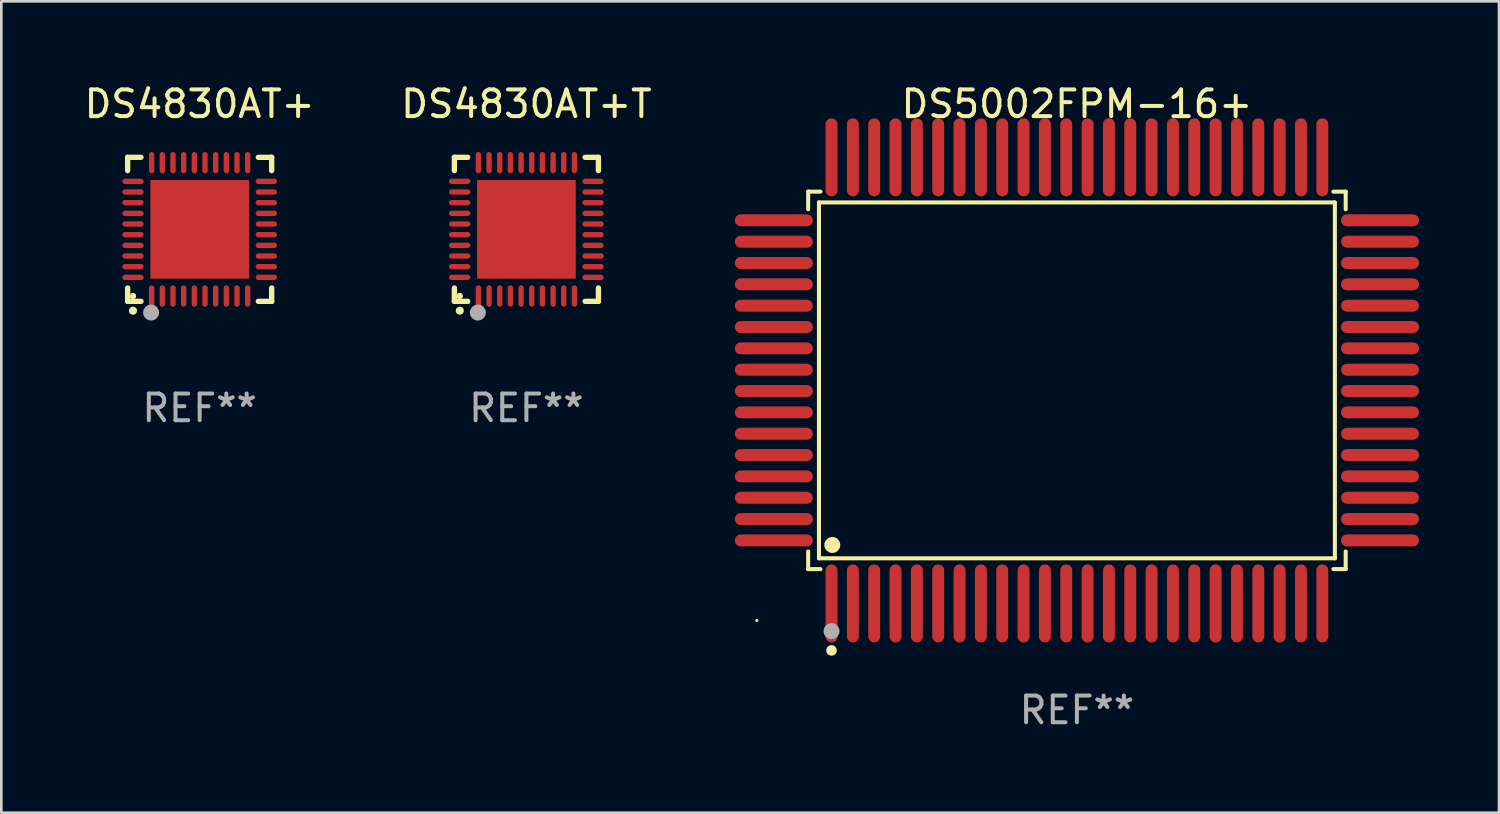
<source format=kicad_pcb>
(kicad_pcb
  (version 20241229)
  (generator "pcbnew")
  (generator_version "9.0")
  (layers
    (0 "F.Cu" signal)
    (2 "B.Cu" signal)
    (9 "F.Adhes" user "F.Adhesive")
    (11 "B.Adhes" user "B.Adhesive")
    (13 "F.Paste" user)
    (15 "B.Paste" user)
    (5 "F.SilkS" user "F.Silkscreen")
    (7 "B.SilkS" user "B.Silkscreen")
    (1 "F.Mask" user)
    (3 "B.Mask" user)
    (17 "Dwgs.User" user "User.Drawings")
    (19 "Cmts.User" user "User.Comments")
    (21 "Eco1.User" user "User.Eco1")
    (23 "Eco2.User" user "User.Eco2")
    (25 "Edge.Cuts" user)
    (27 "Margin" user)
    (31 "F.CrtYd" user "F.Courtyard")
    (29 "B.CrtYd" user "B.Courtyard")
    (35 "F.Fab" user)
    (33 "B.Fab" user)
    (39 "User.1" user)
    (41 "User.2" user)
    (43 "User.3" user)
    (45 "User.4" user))
  (footprint "DS4830AT+"
    (layer "F.Cu")
    (at 4.435 5.548)
    (property "Reference" "DS4830AT+" (at 0 -4.7 0) (layer "F.SilkS") (effects (font (size 1 1) (thickness 0.15))))
    (attr through_hole)
    (fp_line (start -2.7 -2.7) (end -2.7 -2.2) (stroke (width 0.2) (type solid)) (layer "F.SilkS"))
    (fp_line (start -2.7 2.7) (end -2.7 2.2) (stroke (width 0.2) (type solid)) (layer "F.SilkS"))
    (fp_line (start -2.2 -2.7) (end -2.7 -2.7) (stroke (width 0.2) (type solid)) (layer "F.SilkS"))
    (fp_line (start -2.2 2.7) (end -2.7 2.7) (stroke (width 0.2) (type solid)) (layer "F.SilkS"))
    (fp_line (start 2.7 -2.7) (end 2.2 -2.7) (stroke (width 0.2) (type solid)) (layer "F.SilkS"))
    (fp_line (start 2.7 -2.2) (end 2.7 -2.7) (stroke (width 0.2) (type solid)) (layer "F.SilkS"))
    (fp_line (start 2.7 2.2) (end 2.7 2.7) (stroke (width 0.2) (type solid)) (layer "F.SilkS"))
    (fp_line (start 2.7 2.7) (end 2.2 2.7) (stroke (width 0.2) (type solid)) (layer "F.SilkS"))
    (fp_arc (start -2.499365 3.050546) (mid -2.498095 3.050541) (end -2.496825 3.050546) (stroke (width 0.3) (type solid)) (layer "F.SilkS"))
    (fp_circle (center -2.5 2.5) (end -2.44 2.5) (stroke (width 0.12) (type solid)) (fill no) (layer "F.SilkS"))
    (fp_circle (center -1.82 3.12) (end -1.67 3.12) (stroke (width 0.3) (type solid)) (fill no) (layer "F.Fab"))
    (fp_text user "REF**" (at 0 6.7 0) (layer "F.Fab") (effects (font (size 1 1) (thickness 0.15))))
    (pad "1" smd oval (at -1.8 2.499) (size 0.2 0.8) (layers "F.Cu" "F.Mask" "F.Paste"))
    (pad "2" smd oval (at -1.4 2.499) (size 0.2 0.8) (layers "F.Cu" "F.Mask" "F.Paste"))
    (pad "3" smd oval (at -1 2.499) (size 0.2 0.8) (layers "F.Cu" "F.Mask" "F.Paste"))
    (pad "4" smd oval (at -0.6 2.499) (size 0.2 0.8) (layers "F.Cu" "F.Mask" "F.Paste"))
    (pad "5" smd oval (at -0.2 2.499) (size 0.2 0.8) (layers "F.Cu" "F.Mask" "F.Paste"))
    (pad "6" smd oval (at 0.2 2.499) (size 0.2 0.8) (layers "F.Cu" "F.Mask" "F.Paste"))
    (pad "7" smd oval (at 0.6 2.499) (size 0.2 0.8) (layers "F.Cu" "F.Mask" "F.Paste"))
    (pad "8" smd oval (at 1 2.499) (size 0.2 0.8) (layers "F.Cu" "F.Mask" "F.Paste"))
    (pad "9" smd oval (at 1.4 2.499) (size 0.2 0.8) (layers "F.Cu" "F.Mask" "F.Paste"))
    (pad "10" smd oval (at 1.8 2.499) (size 0.2 0.8) (layers "F.Cu" "F.Mask" "F.Paste"))
    (pad "11" smd oval (at 2.499 1.8) (size 0.8 0.2) (layers "F.Cu" "F.Mask" "F.Paste"))
    (pad "12" smd oval (at 2.499 1.4) (size 0.8 0.2) (layers "F.Cu" "F.Mask" "F.Paste"))
    (pad "13" smd oval (at 2.499 1) (size 0.8 0.2) (layers "F.Cu" "F.Mask" "F.Paste"))
    (pad "14" smd oval (at 2.499 0.6) (size 0.8 0.2) (layers "F.Cu" "F.Mask" "F.Paste"))
    (pad "15" smd oval (at 2.499 0.2) (size 0.8 0.2) (layers "F.Cu" "F.Mask" "F.Paste"))
    (pad "16" smd oval (at 2.499 -0.2) (size 0.8 0.2) (layers "F.Cu" "F.Mask" "F.Paste"))
    (pad "17" smd oval (at 2.499 -0.6) (size 0.8 0.2) (layers "F.Cu" "F.Mask" "F.Paste"))
    (pad "18" smd oval (at 2.499 -1) (size 0.8 0.2) (layers "F.Cu" "F.Mask" "F.Paste"))
    (pad "19" smd oval (at 2.499 -1.4) (size 0.8 0.2) (layers "F.Cu" "F.Mask" "F.Paste"))
    (pad "20" smd oval (at 2.499 -1.8) (size 0.8 0.2) (layers "F.Cu" "F.Mask" "F.Paste"))
    (pad "21" smd oval (at 1.8 -2.499) (size 0.2 0.8) (layers "F.Cu" "F.Mask" "F.Paste"))
    (pad "22" smd oval (at 1.4 -2.499) (size 0.2 0.8) (layers "F.Cu" "F.Mask" "F.Paste"))
    (pad "23" smd oval (at 1 -2.499) (size 0.2 0.8) (layers "F.Cu" "F.Mask" "F.Paste"))
    (pad "24" smd oval (at 0.6 -2.499) (size 0.2 0.8) (layers "F.Cu" "F.Mask" "F.Paste"))
    (pad "25" smd oval (at 0.2 -2.499) (size 0.2 0.8) (layers "F.Cu" "F.Mask" "F.Paste"))
    (pad "26" smd oval (at -0.2 -2.499) (size 0.2 0.8) (layers "F.Cu" "F.Mask" "F.Paste"))
    (pad "27" smd oval (at -0.6 -2.499) (size 0.2 0.8) (layers "F.Cu" "F.Mask" "F.Paste"))
    (pad "28" smd oval (at -1 -2.499) (size 0.2 0.8) (layers "F.Cu" "F.Mask" "F.Paste"))
    (pad "29" smd oval (at -1.4 -2.499) (size 0.2 0.8) (layers "F.Cu" "F.Mask" "F.Paste"))
    (pad "30" smd oval (at -1.8 -2.499) (size 0.2 0.8) (layers "F.Cu" "F.Mask" "F.Paste"))
    (pad "31" smd oval (at -2.499 -1.8) (size 0.8 0.2) (layers "F.Cu" "F.Mask" "F.Paste"))
    (pad "32" smd oval (at -2.499 -1.4) (size 0.8 0.2) (layers "F.Cu" "F.Mask" "F.Paste"))
    (pad "33" smd oval (at -2.499 -1) (size 0.8 0.2) (layers "F.Cu" "F.Mask" "F.Paste"))
    (pad "34" smd oval (at -2.499 -0.6) (size 0.8 0.2) (layers "F.Cu" "F.Mask" "F.Paste"))
    (pad "35" smd oval (at -2.499 -0.2) (size 0.8 0.2) (layers "F.Cu" "F.Mask" "F.Paste"))
    (pad "36" smd oval (at -2.499 0.2) (size 0.8 0.2) (layers "F.Cu" "F.Mask" "F.Paste"))
    (pad "37" smd oval (at -2.499 0.6) (size 0.8 0.2) (layers "F.Cu" "F.Mask" "F.Paste"))
    (pad "38" smd oval (at -2.499 1) (size 0.8 0.2) (layers "F.Cu" "F.Mask" "F.Paste"))
    (pad "39" smd oval (at -2.499 1.4) (size 0.8 0.2) (layers "F.Cu" "F.Mask" "F.Paste"))
    (pad "40" smd oval (at -2.499 1.8) (size 0.8 0.2) (layers "F.Cu" "F.Mask" "F.Paste"))
    (pad "41" smd rect (at 0 0) (size 3.7 3.7) (layers "F.Cu" "F.Mask" "F.Paste")))
  (footprint "DS4830AT+T"
    (layer "F.Cu")
    (at 16.685 5.548)
    (property "Reference" "DS4830AT+T" (at 0 -4.7 0) (layer "F.SilkS") (effects (font (size 1 1) (thickness 0.15))))
    (attr through_hole)
    (fp_line (start -2.7 -2.7) (end -2.7 -2.2) (stroke (width 0.2) (type solid)) (layer "F.SilkS"))
    (fp_line (start -2.7 2.7) (end -2.7 2.2) (stroke (width 0.2) (type solid)) (layer "F.SilkS"))
    (fp_line (start -2.2 -2.7) (end -2.7 -2.7) (stroke (width 0.2) (type solid)) (layer "F.SilkS"))
    (fp_line (start -2.2 2.7) (end -2.7 2.7) (stroke (width 0.2) (type solid)) (layer "F.SilkS"))
    (fp_line (start 2.7 -2.7) (end 2.2 -2.7) (stroke (width 0.2) (type solid)) (layer "F.SilkS"))
    (fp_line (start 2.7 -2.2) (end 2.7 -2.7) (stroke (width 0.2) (type solid)) (layer "F.SilkS"))
    (fp_line (start 2.7 2.2) (end 2.7 2.7) (stroke (width 0.2) (type solid)) (layer "F.SilkS"))
    (fp_line (start 2.7 2.7) (end 2.2 2.7) (stroke (width 0.2) (type solid)) (layer "F.SilkS"))
    (fp_arc (start -2.499365 3.050546) (mid -2.498095 3.050541) (end -2.496825 3.050546) (stroke (width 0.3) (type solid)) (layer "F.SilkS"))
    (fp_circle (center -2.5 2.5) (end -2.44 2.5) (stroke (width 0.12) (type solid)) (fill no) (layer "F.SilkS"))
    (fp_circle (center -1.82 3.12) (end -1.67 3.12) (stroke (width 0.3) (type solid)) (fill no) (layer "F.Fab"))
    (fp_text user "REF**" (at 0 6.7 0) (layer "F.Fab") (effects (font (size 1 1) (thickness 0.15))))
    (pad "1" smd oval (at -1.8 2.499) (size 0.2 0.8) (layers "F.Cu" "F.Mask" "F.Paste"))
    (pad "2" smd oval (at -1.4 2.499) (size 0.2 0.8) (layers "F.Cu" "F.Mask" "F.Paste"))
    (pad "3" smd oval (at -1 2.499) (size 0.2 0.8) (layers "F.Cu" "F.Mask" "F.Paste"))
    (pad "4" smd oval (at -0.6 2.499) (size 0.2 0.8) (layers "F.Cu" "F.Mask" "F.Paste"))
    (pad "5" smd oval (at -0.2 2.499) (size 0.2 0.8) (layers "F.Cu" "F.Mask" "F.Paste"))
    (pad "6" smd oval (at 0.2 2.499) (size 0.2 0.8) (layers "F.Cu" "F.Mask" "F.Paste"))
    (pad "7" smd oval (at 0.6 2.499) (size 0.2 0.8) (layers "F.Cu" "F.Mask" "F.Paste"))
    (pad "8" smd oval (at 1 2.499) (size 0.2 0.8) (layers "F.Cu" "F.Mask" "F.Paste"))
    (pad "9" smd oval (at 1.4 2.499) (size 0.2 0.8) (layers "F.Cu" "F.Mask" "F.Paste"))
    (pad "10" smd oval (at 1.8 2.499) (size 0.2 0.8) (layers "F.Cu" "F.Mask" "F.Paste"))
    (pad "11" smd oval (at 2.499 1.8) (size 0.8 0.2) (layers "F.Cu" "F.Mask" "F.Paste"))
    (pad "12" smd oval (at 2.499 1.4) (size 0.8 0.2) (layers "F.Cu" "F.Mask" "F.Paste"))
    (pad "13" smd oval (at 2.499 1) (size 0.8 0.2) (layers "F.Cu" "F.Mask" "F.Paste"))
    (pad "14" smd oval (at 2.499 0.6) (size 0.8 0.2) (layers "F.Cu" "F.Mask" "F.Paste"))
    (pad "15" smd oval (at 2.499 0.2) (size 0.8 0.2) (layers "F.Cu" "F.Mask" "F.Paste"))
    (pad "16" smd oval (at 2.499 -0.2) (size 0.8 0.2) (layers "F.Cu" "F.Mask" "F.Paste"))
    (pad "17" smd oval (at 2.499 -0.6) (size 0.8 0.2) (layers "F.Cu" "F.Mask" "F.Paste"))
    (pad "18" smd oval (at 2.499 -1) (size 0.8 0.2) (layers "F.Cu" "F.Mask" "F.Paste"))
    (pad "19" smd oval (at 2.499 -1.4) (size 0.8 0.2) (layers "F.Cu" "F.Mask" "F.Paste"))
    (pad "20" smd oval (at 2.499 -1.8) (size 0.8 0.2) (layers "F.Cu" "F.Mask" "F.Paste"))
    (pad "21" smd oval (at 1.8 -2.499) (size 0.2 0.8) (layers "F.Cu" "F.Mask" "F.Paste"))
    (pad "22" smd oval (at 1.4 -2.499) (size 0.2 0.8) (layers "F.Cu" "F.Mask" "F.Paste"))
    (pad "23" smd oval (at 1 -2.499) (size 0.2 0.8) (layers "F.Cu" "F.Mask" "F.Paste"))
    (pad "24" smd oval (at 0.6 -2.499) (size 0.2 0.8) (layers "F.Cu" "F.Mask" "F.Paste"))
    (pad "25" smd oval (at 0.2 -2.499) (size 0.2 0.8) (layers "F.Cu" "F.Mask" "F.Paste"))
    (pad "26" smd oval (at -0.2 -2.499) (size 0.2 0.8) (layers "F.Cu" "F.Mask" "F.Paste"))
    (pad "27" smd oval (at -0.6 -2.499) (size 0.2 0.8) (layers "F.Cu" "F.Mask" "F.Paste"))
    (pad "28" smd oval (at -1 -2.499) (size 0.2 0.8) (layers "F.Cu" "F.Mask" "F.Paste"))
    (pad "29" smd oval (at -1.4 -2.499) (size 0.2 0.8) (layers "F.Cu" "F.Mask" "F.Paste"))
    (pad "30" smd oval (at -1.8 -2.499) (size 0.2 0.8) (layers "F.Cu" "F.Mask" "F.Paste"))
    (pad "31" smd oval (at -2.499 -1.8) (size 0.8 0.2) (layers "F.Cu" "F.Mask" "F.Paste"))
    (pad "32" smd oval (at -2.499 -1.4) (size 0.8 0.2) (layers "F.Cu" "F.Mask" "F.Paste"))
    (pad "33" smd oval (at -2.499 -1) (size 0.8 0.2) (layers "F.Cu" "F.Mask" "F.Paste"))
    (pad "34" smd oval (at -2.499 -0.6) (size 0.8 0.2) (layers "F.Cu" "F.Mask" "F.Paste"))
    (pad "35" smd oval (at -2.499 -0.2) (size 0.8 0.2) (layers "F.Cu" "F.Mask" "F.Paste"))
    (pad "36" smd oval (at -2.499 0.2) (size 0.8 0.2) (layers "F.Cu" "F.Mask" "F.Paste"))
    (pad "37" smd oval (at -2.499 0.6) (size 0.8 0.2) (layers "F.Cu" "F.Mask" "F.Paste"))
    (pad "38" smd oval (at -2.499 1) (size 0.8 0.2) (layers "F.Cu" "F.Mask" "F.Paste"))
    (pad "39" smd oval (at -2.499 1.4) (size 0.8 0.2) (layers "F.Cu" "F.Mask" "F.Paste"))
    (pad "40" smd oval (at -2.499 1.8) (size 0.8 0.2) (layers "F.Cu" "F.Mask" "F.Paste"))
    (pad "41" smd rect (at 0 0) (size 3.7 3.7) (layers "F.Cu" "F.Mask" "F.Paste")))
  (footprint "DS5002FPM-16+"
    (layer "F.Cu")
    (at 37.324 11.21)
    (property "Reference" "DS5002FPM-16+" (at 0 -10.362 0) (layer "F.SilkS") (effects (font (size 1 1) (thickness 0.15))))
    (attr through_hole)
    (fp_line (start -10.076 -7.076) (end -9.615 -7.076) (stroke (width 0.152) (type solid)) (layer "F.SilkS"))
    (fp_line (start -10.076 -6.415) (end -10.076 -7.076) (stroke (width 0.152) (type solid)) (layer "F.SilkS"))
    (fp_line (start -10.076 6.415) (end -10.076 7.076) (stroke (width 0.152) (type solid)) (layer "F.SilkS"))
    (fp_line (start -10.076 7.076) (end -9.615 7.076) (stroke (width 0.152) (type solid)) (layer "F.SilkS"))
    (fp_line (start -9.671 -6.671) (end 9.671 -6.671) (stroke (width 0.152) (type solid)) (layer "F.SilkS"))
    (fp_line (start -9.671 6.671) (end -9.671 -6.671) (stroke (width 0.152) (type solid)) (layer "F.SilkS"))
    (fp_line (start 9.671 -6.671) (end 9.671 6.671) (stroke (width 0.152) (type solid)) (layer "F.SilkS"))
    (fp_line (start 9.671 6.671) (end -9.671 6.671) (stroke (width 0.152) (type solid)) (layer "F.SilkS"))
    (fp_line (start 10.076 -7.076) (end 9.615 -7.076) (stroke (width 0.152) (type solid)) (layer "F.SilkS"))
    (fp_line (start 10.076 -6.415) (end 10.076 -7.076) (stroke (width 0.152) (type solid)) (layer "F.SilkS"))
    (fp_line (start 10.076 6.415) (end 10.076 7.076) (stroke (width 0.152) (type solid)) (layer "F.SilkS"))
    (fp_line (start 10.076 7.076) (end 9.615 7.076) (stroke (width 0.152) (type solid)) (layer "F.SilkS"))
    (fp_circle (center -12 9) (end -11.97 9) (stroke (width 0.06) (type solid)) (fill no) (layer "F.SilkS"))
    (fp_circle (center -9.2 10.124) (end -9.1 10.124) (stroke (width 0.2) (type solid)) (fill no) (layer "F.SilkS"))
    (fp_circle (center -9.171 6.171) (end -9.021 6.171) (stroke (width 0.3) (type solid)) (fill no) (layer "F.SilkS"))
    (fp_circle (center -9.2 9.4) (end -9.05 9.4) (stroke (width 0.3) (type solid)) (fill no) (layer "F.Fab"))
    (fp_text user "REF**" (at 0 12.362 0) (layer "F.Fab") (effects (font (size 1 1) (thickness 0.15))))
    (pad "1" smd oval (at -9.2 8.362) (size 0.448 2.924) (layers "F.Cu" "F.Mask" "F.Paste"))
    (pad "2" smd oval (at -8.4 8.362) (size 0.448 2.924) (layers "F.Cu" "F.Mask" "F.Paste"))
    (pad "3" smd oval (at -7.6 8.362) (size 0.448 2.924) (layers "F.Cu" "F.Mask" "F.Paste"))
    (pad "4" smd oval (at -6.8 8.362) (size 0.448 2.924) (layers "F.Cu" "F.Mask" "F.Paste"))
    (pad "5" smd oval (at -6 8.362) (size 0.448 2.924) (layers "F.Cu" "F.Mask" "F.Paste"))
    (pad "6" smd oval (at -5.2 8.362) (size 0.448 2.924) (layers "F.Cu" "F.Mask" "F.Paste"))
    (pad "7" smd oval (at -4.4 8.362) (size 0.448 2.924) (layers "F.Cu" "F.Mask" "F.Paste"))
    (pad "8" smd oval (at -3.6 8.362) (size 0.448 2.924) (layers "F.Cu" "F.Mask" "F.Paste"))
    (pad "9" smd oval (at -2.8 8.362) (size 0.448 2.924) (layers "F.Cu" "F.Mask" "F.Paste"))
    (pad "10" smd oval (at -2 8.362) (size 0.448 2.924) (layers "F.Cu" "F.Mask" "F.Paste"))
    (pad "11" smd oval (at -1.2 8.362) (size 0.448 2.924) (layers "F.Cu" "F.Mask" "F.Paste"))
    (pad "12" smd oval (at -0.4 8.362) (size 0.448 2.924) (layers "F.Cu" "F.Mask" "F.Paste"))
    (pad "13" smd oval (at 0.4 8.362) (size 0.448 2.924) (layers "F.Cu" "F.Mask" "F.Paste"))
    (pad "14" smd oval (at 1.2 8.362) (size 0.448 2.924) (layers "F.Cu" "F.Mask" "F.Paste"))
    (pad "15" smd oval (at 2 8.362) (size 0.448 2.924) (layers "F.Cu" "F.Mask" "F.Paste"))
    (pad "16" smd oval (at 2.8 8.362) (size 0.448 2.924) (layers "F.Cu" "F.Mask" "F.Paste"))
    (pad "17" smd oval (at 3.6 8.362) (size 0.448 2.924) (layers "F.Cu" "F.Mask" "F.Paste"))
    (pad "18" smd oval (at 4.4 8.362) (size 0.448 2.924) (layers "F.Cu" "F.Mask" "F.Paste"))
    (pad "19" smd oval (at 5.2 8.362) (size 0.448 2.924) (layers "F.Cu" "F.Mask" "F.Paste"))
    (pad "20" smd oval (at 6 8.362) (size 0.448 2.924) (layers "F.Cu" "F.Mask" "F.Paste"))
    (pad "21" smd oval (at 6.8 8.362) (size 0.448 2.924) (layers "F.Cu" "F.Mask" "F.Paste"))
    (pad "22" smd oval (at 7.6 8.362) (size 0.448 2.924) (layers "F.Cu" "F.Mask" "F.Paste"))
    (pad "23" smd oval (at 8.4 8.362) (size 0.448 2.924) (layers "F.Cu" "F.Mask" "F.Paste"))
    (pad "24" smd oval (at 9.2 8.362) (size 0.448 2.924) (layers "F.Cu" "F.Mask" "F.Paste"))
    (pad "25" smd oval (at 11.362 6) (size 2.924 0.448) (layers "F.Cu" "F.Mask" "F.Paste"))
    (pad "26" smd oval (at 11.362 5.2) (size 2.924 0.448) (layers "F.Cu" "F.Mask" "F.Paste"))
    (pad "27" smd oval (at 11.362 4.4) (size 2.924 0.448) (layers "F.Cu" "F.Mask" "F.Paste"))
    (pad "28" smd oval (at 11.362 3.6) (size 2.924 0.448) (layers "F.Cu" "F.Mask" "F.Paste"))
    (pad "29" smd oval (at 11.362 2.8) (size 2.924 0.448) (layers "F.Cu" "F.Mask" "F.Paste"))
    (pad "30" smd oval (at 11.362 2) (size 2.924 0.448) (layers "F.Cu" "F.Mask" "F.Paste"))
    (pad "31" smd oval (at 11.362 1.2) (size 2.924 0.448) (layers "F.Cu" "F.Mask" "F.Paste"))
    (pad "32" smd oval (at 11.362 0.4) (size 2.924 0.448) (layers "F.Cu" "F.Mask" "F.Paste"))
    (pad "33" smd oval (at 11.362 -0.4) (size 2.924 0.448) (layers "F.Cu" "F.Mask" "F.Paste"))
    (pad "34" smd oval (at 11.362 -1.2) (size 2.924 0.448) (layers "F.Cu" "F.Mask" "F.Paste"))
    (pad "35" smd oval (at 11.362 -2) (size 2.924 0.448) (layers "F.Cu" "F.Mask" "F.Paste"))
    (pad "36" smd oval (at 11.362 -2.8) (size 2.924 0.448) (layers "F.Cu" "F.Mask" "F.Paste"))
    (pad "37" smd oval (at 11.362 -3.6) (size 2.924 0.448) (layers "F.Cu" "F.Mask" "F.Paste"))
    (pad "38" smd oval (at 11.362 -4.4) (size 2.924 0.448) (layers "F.Cu" "F.Mask" "F.Paste"))
    (pad "39" smd oval (at 11.362 -5.2) (size 2.924 0.448) (layers "F.Cu" "F.Mask" "F.Paste"))
    (pad "40" smd oval (at 11.362 -6) (size 2.924 0.448) (layers "F.Cu" "F.Mask" "F.Paste"))
    (pad "41" smd oval (at 9.2 -8.362) (size 0.448 2.924) (layers "F.Cu" "F.Mask" "F.Paste"))
    (pad "42" smd oval (at 8.4 -8.362) (size 0.448 2.924) (layers "F.Cu" "F.Mask" "F.Paste"))
    (pad "43" smd oval (at 7.6 -8.362) (size 0.448 2.924) (layers "F.Cu" "F.Mask" "F.Paste"))
    (pad "44" smd oval (at 6.8 -8.362) (size 0.448 2.924) (layers "F.Cu" "F.Mask" "F.Paste"))
    (pad "45" smd oval (at 6 -8.362) (size 0.448 2.924) (layers "F.Cu" "F.Mask" "F.Paste"))
    (pad "46" smd oval (at 5.2 -8.362) (size 0.448 2.924) (layers "F.Cu" "F.Mask" "F.Paste"))
    (pad "47" smd oval (at 4.4 -8.362) (size 0.448 2.924) (layers "F.Cu" "F.Mask" "F.Paste"))
    (pad "48" smd oval (at 3.6 -8.362) (size 0.448 2.924) (layers "F.Cu" "F.Mask" "F.Paste"))
    (pad "49" smd oval (at 2.8 -8.362) (size 0.448 2.924) (layers "F.Cu" "F.Mask" "F.Paste"))
    (pad "50" smd oval (at 2 -8.362) (size 0.448 2.924) (layers "F.Cu" "F.Mask" "F.Paste"))
    (pad "51" smd oval (at 1.2 -8.362) (size 0.448 2.924) (layers "F.Cu" "F.Mask" "F.Paste"))
    (pad "52" smd oval (at 0.4 -8.362) (size 0.448 2.924) (layers "F.Cu" "F.Mask" "F.Paste"))
    (pad "53" smd oval (at -0.4 -8.362) (size 0.448 2.924) (layers "F.Cu" "F.Mask" "F.Paste"))
    (pad "54" smd oval (at -1.2 -8.362) (size 0.448 2.924) (layers "F.Cu" "F.Mask" "F.Paste"))
    (pad "55" smd oval (at -2 -8.362) (size 0.448 2.924) (layers "F.Cu" "F.Mask" "F.Paste"))
    (pad "56" smd oval (at -2.8 -8.362) (size 0.448 2.924) (layers "F.Cu" "F.Mask" "F.Paste"))
    (pad "57" smd oval (at -3.6 -8.362) (size 0.448 2.924) (layers "F.Cu" "F.Mask" "F.Paste"))
    (pad "58" smd oval (at -4.4 -8.362) (size 0.448 2.924) (layers "F.Cu" "F.Mask" "F.Paste"))
    (pad "59" smd oval (at -5.2 -8.362) (size 0.448 2.924) (layers "F.Cu" "F.Mask" "F.Paste"))
    (pad "60" smd oval (at -6 -8.362) (size 0.448 2.924) (layers "F.Cu" "F.Mask" "F.Paste"))
    (pad "61" smd oval (at -6.8 -8.362) (size 0.448 2.924) (layers "F.Cu" "F.Mask" "F.Paste"))
    (pad "62" smd oval (at -7.6 -8.362) (size 0.448 2.924) (layers "F.Cu" "F.Mask" "F.Paste"))
    (pad "63" smd oval (at -8.4 -8.362) (size 0.448 2.924) (layers "F.Cu" "F.Mask" "F.Paste"))
    (pad "64" smd oval (at -9.2 -8.362) (size 0.448 2.924) (layers "F.Cu" "F.Mask" "F.Paste"))
    (pad "65" smd oval (at -11.362 -6) (size 2.924 0.448) (layers "F.Cu" "F.Mask" "F.Paste"))
    (pad "66" smd oval (at -11.362 -5.2) (size 2.924 0.448) (layers "F.Cu" "F.Mask" "F.Paste"))
    (pad "67" smd oval (at -11.362 -4.4) (size 2.924 0.448) (layers "F.Cu" "F.Mask" "F.Paste"))
    (pad "68" smd oval (at -11.362 -3.6) (size 2.924 0.448) (layers "F.Cu" "F.Mask" "F.Paste"))
    (pad "69" smd oval (at -11.362 -2.8) (size 2.924 0.448) (layers "F.Cu" "F.Mask" "F.Paste"))
    (pad "70" smd oval (at -11.362 -2) (size 2.924 0.448) (layers "F.Cu" "F.Mask" "F.Paste"))
    (pad "71" smd oval (at -11.362 -1.2) (size 2.924 0.448) (layers "F.Cu" "F.Mask" "F.Paste"))
    (pad "72" smd oval (at -11.362 -0.4) (size 2.924 0.448) (layers "F.Cu" "F.Mask" "F.Paste"))
    (pad "73" smd oval (at -11.362 0.4) (size 2.924 0.448) (layers "F.Cu" "F.Mask" "F.Paste"))
    (pad "74" smd oval (at -11.362 1.2) (size 2.924 0.448) (layers "F.Cu" "F.Mask" "F.Paste"))
    (pad "75" smd oval (at -11.362 2) (size 2.924 0.448) (layers "F.Cu" "F.Mask" "F.Paste"))
    (pad "76" smd oval (at -11.362 2.8) (size 2.924 0.448) (layers "F.Cu" "F.Mask" "F.Paste"))
    (pad "77" smd oval (at -11.362 3.6) (size 2.924 0.448) (layers "F.Cu" "F.Mask" "F.Paste"))
    (pad "78" smd oval (at -11.362 4.4) (size 2.924 0.448) (layers "F.Cu" "F.Mask" "F.Paste"))
    (pad "79" smd oval (at -11.362 5.2) (size 2.924 0.448) (layers "F.Cu" "F.Mask" "F.Paste"))
    (pad "80" smd oval (at -11.362 6) (size 2.924 0.448) (layers "F.Cu" "F.Mask" "F.Paste")))
  (gr_rect
    (start -3 -3)
    (end 53.148 27.42)
    (stroke (width 0.1) (type default))
    (fill no)
    (layer "Edge.Cuts")))
</source>
